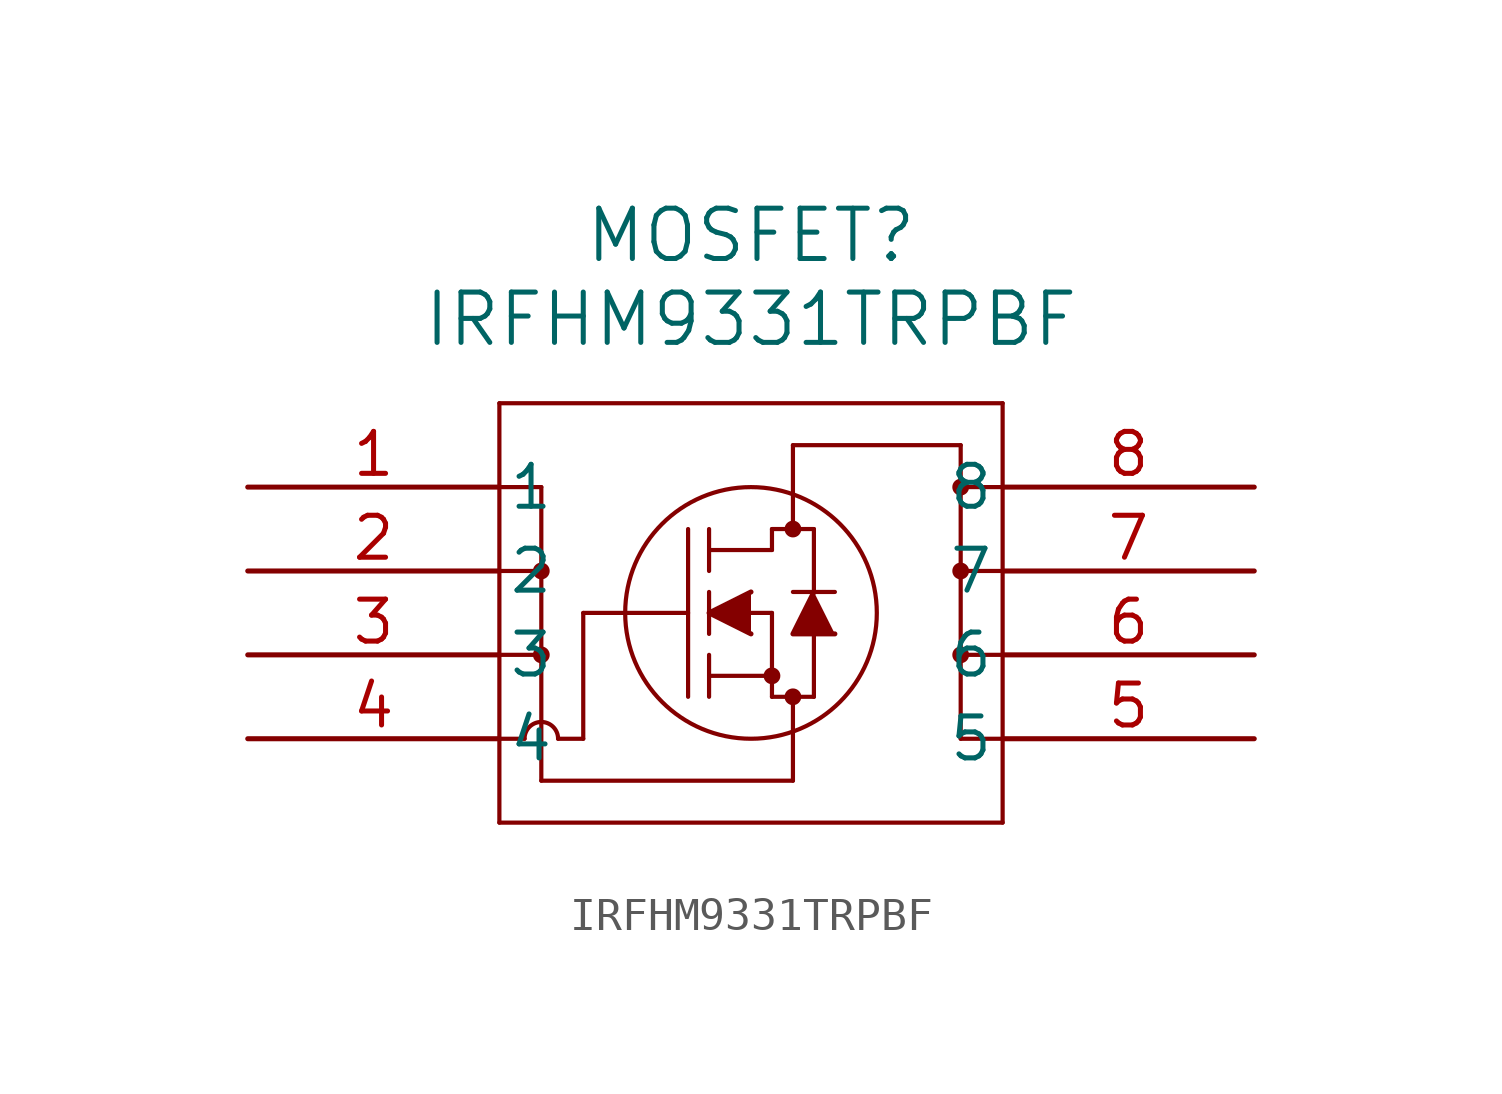
<source format=kicad_sym>
(kicad_symbol_lib
  (version 20211014)
  (generator kicad_symbol_editor)
  (symbol "IRFHM9331TRPBF"
    (pin_names
      (offset 0.254))
    (property "Reference" "MOSFET"
      (at 15.24 7.62 0)
      (effects (font (size 1.524 1.524))))
    (property "Value" "IRFHM9331TRPBF"
      (at 15.24 5.08 0)
      (effects (font (size 1.524 1.524))))
    (symbol "IRFHM9331TRPBF_0_1"
      (polyline (pts (xy 7.62 2.54) (xy 7.62 -10.16)) (stroke (width 0.127) (type default) (color 0 0 0 0)) (fill (type none)))
      (polyline (pts (xy 7.62 -10.16) (xy 22.86 -10.16)) (stroke (width 0.127) (type default) (color 0 0 0 0)) (fill (type none)))
      (polyline (pts (xy 22.86 -10.16) (xy 22.86 2.54)) (stroke (width 0.127) (type default) (color 0 0 0 0)) (fill (type none)))
      (polyline (pts (xy 22.86 2.54) (xy 7.62 2.54)) (stroke (width 0.127) (type default) (color 0 0 0 0)) (fill (type none)))
      (circle (center 16.51 -1.27) (radius 0.127) (stroke (width 0.254) (type default) (color 0 0 0 0)) (fill (type none)))
      (circle (center 16.51 -6.35) (radius 0.127) (stroke (width 0.254) (type default) (color 0 0 0 0)) (fill (type none)))
      (circle (center 15.875 -5.715) (radius 0.127) (stroke (width 0.254) (type default) (color 0 0 0 0)) (fill (type none)))
      (circle (center 15.24 -3.81) (radius 3.81) (stroke (width 0.127) (type default) (color 0 0 0 0)) (fill (type none)))
      (polyline (pts (xy 10.16 -3.81) (xy 13.335 -3.81)) (stroke (width 0.127) (type default) (color 0 0 0 0)) (fill (type none)))
      (polyline (pts (xy 13.335 -6.35) (xy 13.335 -1.27)) (stroke (width 0.127) (type default) (color 0 0 0 0)) (fill (type none)))
      (polyline (pts (xy 13.97 -4.445) (xy 13.97 -3.175)) (stroke (width 0.127) (type default) (color 0 0 0 0)) (fill (type none)))
      (polyline (pts (xy 13.97 -6.35) (xy 13.97 -5.08)) (stroke (width 0.127) (type default) (color 0 0 0 0)) (fill (type none)))
      (polyline (pts (xy 13.97 -2.54) (xy 13.97 -1.27)) (stroke (width 0.127) (type default) (color 0 0 0 0)) (fill (type none)))
      (polyline (pts (xy 15.24 -3.81) (xy 15.875 -3.81)) (stroke (width 0.127) (type default) (color 0 0 0 0)) (fill (type none)))
      (polyline (pts (xy 13.97 -5.715) (xy 15.875 -5.715)) (stroke (width 0.127) (type default) (color 0 0 0 0)) (fill (type none)))
      (polyline (pts (xy 15.875 -6.35) (xy 15.875 -3.81)) (stroke (width 0.127) (type default) (color 0 0 0 0)) (fill (type none)))
      (polyline (pts (xy 15.875 -6.35) (xy 17.145 -6.35)) (stroke (width 0.127) (type default) (color 0 0 0 0)) (fill (type none)))
      (polyline (pts (xy 13.97 -1.905) (xy 15.875 -1.905)) (stroke (width 0.127) (type default) (color 0 0 0 0)) (fill (type none)))
      (polyline (pts (xy 17.145 -3.175) (xy 17.145 -1.27)) (stroke (width 0.127) (type default) (color 0 0 0 0)) (fill (type none)))
      (polyline (pts (xy 17.145 -6.35) (xy 17.145 -4.445)) (stroke (width 0.127) (type default) (color 0 0 0 0)) (fill (type none)))
      (polyline (pts (xy 17.78 -3.175) (xy 16.51 -3.175)) (stroke (width 0.127) (type default) (color 0 0 0 0)) (fill (type none)))
      (polyline (pts (xy 15.875 -1.27) (xy 17.145 -1.27)) (stroke (width 0.127) (type default) (color 0 0 0 0)) (fill (type none)))
      (polyline (pts (xy 15.875 -1.905) (xy 15.875 -1.27)) (stroke (width 0.127) (type default) (color 0 0 0 0)) (fill (type none)))
      (polyline (pts (xy 7.62 -7.62) (xy 8.382 -7.62)) (stroke (width 0.127) (type default) (color 0 0 0 0)) (fill (type none)))
      (polyline (pts (xy 8.89 0) (xy 8.89 -8.89)) (stroke (width 0.127) (type default) (color 0 0 0 0)) (fill (type none)))
      (polyline (pts (xy 7.62 0) (xy 8.89 0)) (stroke (width 0.127) (type default) (color 0 0 0 0)) (fill (type none)))
      (polyline (pts (xy 7.62 -2.54) (xy 8.89 -2.54)) (stroke (width 0.127) (type default) (color 0 0 0 0)) (fill (type none)))
      (polyline (pts (xy 7.62 -5.08) (xy 8.89 -5.08)) (stroke (width 0.127) (type default) (color 0 0 0 0)) (fill (type none)))
      (arc (start 9.398 -7.62) (mid 8.89 -7.112) (end 8.382 -7.62) (stroke (width 0.127) (type default) (color 0 0 0 0)) (fill (type none)))
      (polyline (pts (xy 10.16 -7.62) (xy 9.398 -7.62)) (stroke (width 0.127) (type default) (color 0 0 0 0)) (fill (type none)))
      (polyline (pts (xy 8.89 -8.89) (xy 16.51 -8.89)) (stroke (width 0.127) (type default) (color 0 0 0 0)) (fill (type none)))
      (polyline (pts (xy 16.51 -8.89) (xy 16.51 -6.35)) (stroke (width 0.127) (type default) (color 0 0 0 0)) (fill (type none)))
      (polyline (pts (xy 22.86 -7.62) (xy 21.59 -7.62)) (stroke (width 0.127) (type default) (color 0 0 0 0)) (fill (type none)))
      (polyline (pts (xy 21.59 -7.62) (xy 21.59 1.27)) (stroke (width 0.127) (type default) (color 0 0 0 0)) (fill (type none)))
      (polyline (pts (xy 22.86 -5.08) (xy 21.59 -5.08)) (stroke (width 0.127) (type default) (color 0 0 0 0)) (fill (type none)))
      (polyline (pts (xy 22.86 -2.54) (xy 21.59 -2.54)) (stroke (width 0.127) (type default) (color 0 0 0 0)) (fill (type none)))
      (polyline (pts (xy 21.59 1.27) (xy 16.51 1.27)) (stroke (width 0.127) (type default) (color 0 0 0 0)) (fill (type none)))
      (polyline (pts (xy 16.51 1.27) (xy 16.51 -1.27)) (stroke (width 0.127) (type default) (color 0 0 0 0)) (fill (type none)))
      (circle (center 8.89 -2.54) (radius 0.127) (stroke (width 0.254) (type default) (color 0 0 0 0)) (fill (type none)))
      (circle (center 8.89 -5.08) (radius 0.127) (stroke (width 0.254) (type default) (color 0 0 0 0)) (fill (type none)))
      (polyline (pts (xy 10.16 -3.81) (xy 10.16 -7.62)) (stroke (width 0.127) (type default) (color 0 0 0 0)) (fill (type none)))
      (circle (center 21.59 0) (radius 0.127) (stroke (width 0.254) (type default) (color 0 0 0 0)) (fill (type none)))
      (circle (center 21.59 -2.54) (radius 0.127) (stroke (width 0.254) (type default) (color 0 0 0 0)) (fill (type none)))
      (circle (center 21.59 -5.08) (radius 0.127) (stroke (width 0.254) (type default) (color 0 0 0 0)) (fill (type none)))
      (polyline (pts (xy 15.24 -3.175) (xy 13.97 -3.81) (xy 15.24 -4.445)) (stroke (width 0) (type default) (color 0 0 0 0)) (fill (type outline)))
      (polyline (pts (xy 17.78 -4.445) (xy 16.51 -4.445) (xy 17.145 -3.175)) (stroke (width 0) (type default) (color 0 0 0 0)) (fill (type outline)))
      (polyline (pts (xy 22.86 0) (xy 21.59 0)) (stroke (width 0.127) (type default) (color 0 0 0 0)) (fill (type none)))
      (pin unspecified line (at 0 0 0) (length 7.62) (name "1" (effects (font (size 1.27 1.27)))) (number "1" (effects (font (size 1.27 1.27)))))
      (pin unspecified line (at 0 -2.54 0) (length 7.62) (name "2" (effects (font (size 1.27 1.27)))) (number "2" (effects (font (size 1.27 1.27)))))
      (pin unspecified line (at 0 -5.08 0) (length 7.62) (name "3" (effects (font (size 1.27 1.27)))) (number "3" (effects (font (size 1.27 1.27)))))
      (pin unspecified line (at 0 -7.62 0) (length 7.62) (name "4" (effects (font (size 1.27 1.27)))) (number "4" (effects (font (size 1.27 1.27)))))
      (pin unspecified line (at 30.48 -7.62 180) (length 7.62) (name "5" (effects (font (size 1.27 1.27)))) (number "5" (effects (font (size 1.27 1.27)))))
      (pin unspecified line (at 30.48 -5.08 180) (length 7.62) (name "6" (effects (font (size 1.27 1.27)))) (number "6" (effects (font (size 1.27 1.27)))))
      (pin unspecified line (at 30.48 -2.54 180) (length 7.62) (name "7" (effects (font (size 1.27 1.27)))) (number "7" (effects (font (size 1.27 1.27)))))
      (pin unspecified line (at 30.48 0 180) (length 7.62) (name "8" (effects (font (size 1.27 1.27)))) (number "8" (effects (font (size 1.27 1.27))))))))
</source>
